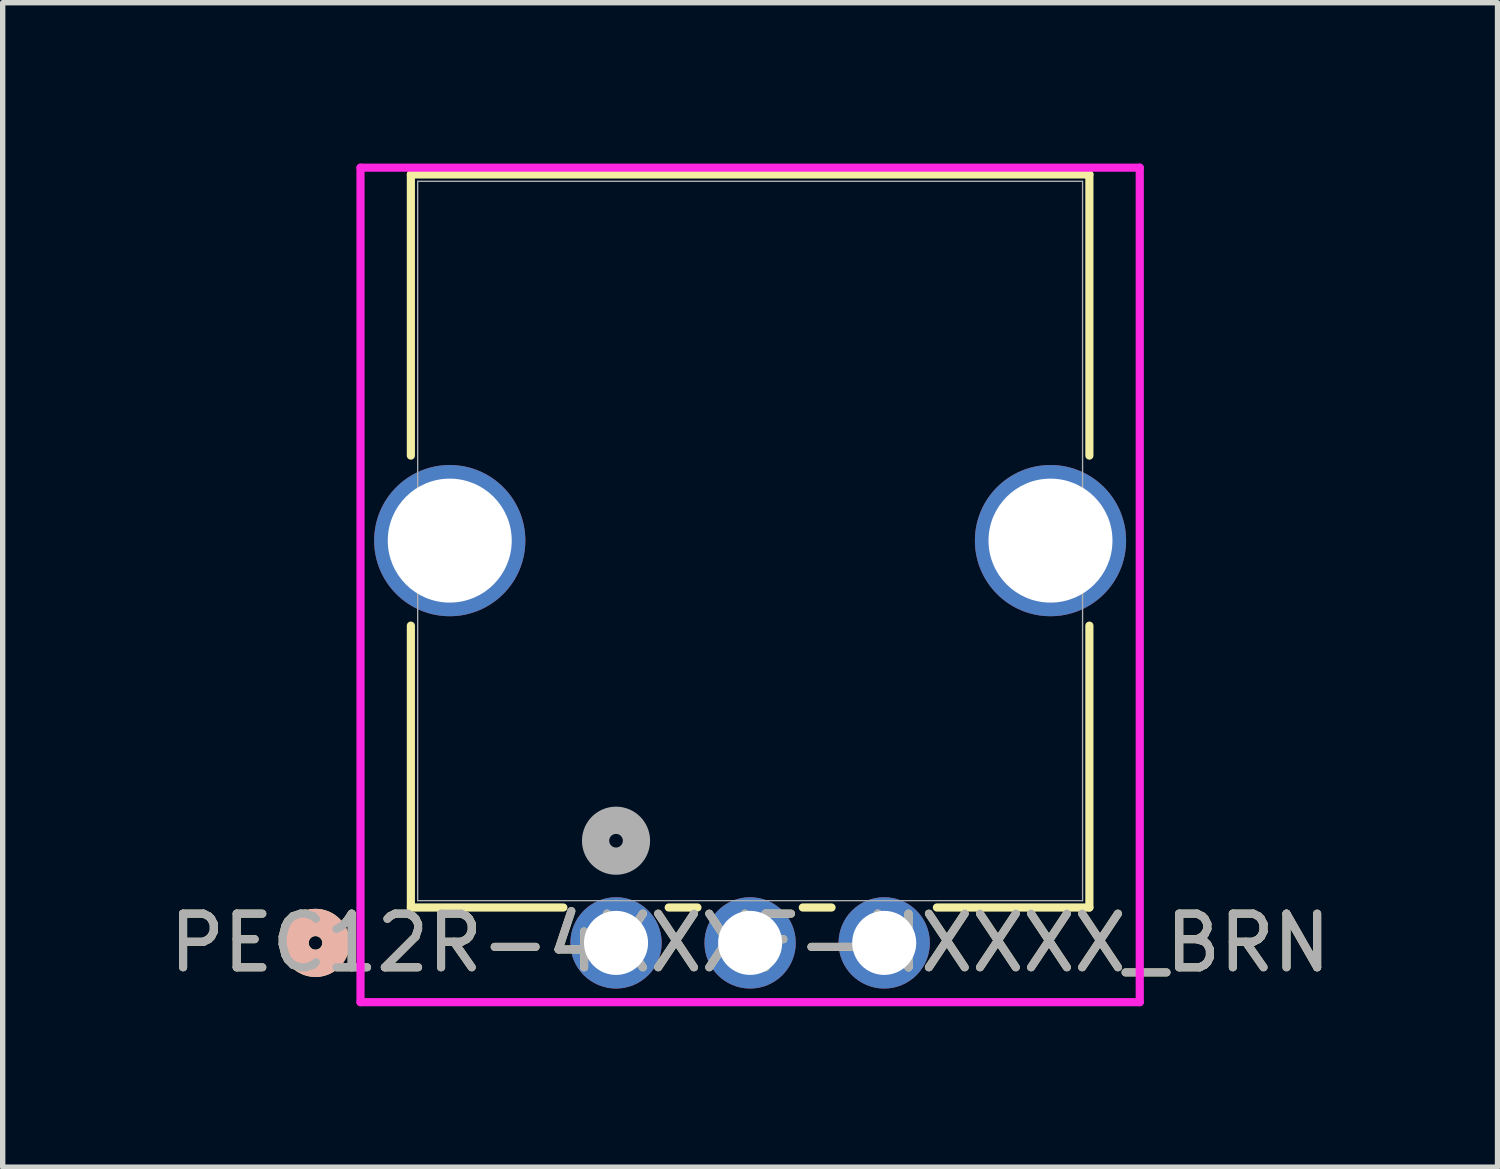
<source format=kicad_pcb>
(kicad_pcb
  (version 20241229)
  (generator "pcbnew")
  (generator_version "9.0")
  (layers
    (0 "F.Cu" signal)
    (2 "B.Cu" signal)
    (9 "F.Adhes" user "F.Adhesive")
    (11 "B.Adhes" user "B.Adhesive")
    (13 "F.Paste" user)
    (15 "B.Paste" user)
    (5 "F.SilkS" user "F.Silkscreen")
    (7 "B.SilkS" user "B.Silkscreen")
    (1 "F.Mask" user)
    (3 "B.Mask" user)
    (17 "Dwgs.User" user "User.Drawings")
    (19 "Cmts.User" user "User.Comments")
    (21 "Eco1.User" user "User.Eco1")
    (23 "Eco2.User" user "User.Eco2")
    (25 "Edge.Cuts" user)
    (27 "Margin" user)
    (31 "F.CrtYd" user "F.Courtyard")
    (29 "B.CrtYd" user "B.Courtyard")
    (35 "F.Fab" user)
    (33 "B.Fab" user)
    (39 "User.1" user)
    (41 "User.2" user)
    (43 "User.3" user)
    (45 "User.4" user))
  (footprint "PEC12R-4XXXF-NXXXX_BRN"
    (layer "F.Cu")
    (at 8.435 14.529)
    (property "Reference" "PEC12R-4XXXF-NXXXX_BRN" (at 2.5 0 0) (unlocked yes) (layer "F.SilkS") (effects (font (size 1 1) (thickness 0.15))))
    (attr through_hole)
    (fp_line (start -3.825 -14.326) (end -3.825 -9.085) (stroke (width 0.152) (type solid)) (layer "F.SilkS"))
    (fp_line (start -3.825 -5.915) (end -3.825 -0.66) (stroke (width 0.152) (type solid)) (layer "F.SilkS"))
    (fp_line (start -3.825 -0.66) (end -0.982 -0.66) (stroke (width 0.152) (type solid)) (layer "F.SilkS"))
    (fp_line (start 0.982 -0.66) (end 1.518 -0.66) (stroke (width 0.152) (type solid)) (layer "F.SilkS"))
    (fp_line (start 3.482 -0.66) (end 4.018 -0.66) (stroke (width 0.152) (type solid)) (layer "F.SilkS"))
    (fp_line (start 5.982 -0.66) (end 8.825 -0.66) (stroke (width 0.152) (type solid)) (layer "F.SilkS"))
    (fp_line (start 8.825 -14.326) (end -3.825 -14.326) (stroke (width 0.152) (type solid)) (layer "F.SilkS"))
    (fp_line (start 8.825 -9.085) (end 8.825 -14.326) (stroke (width 0.152) (type solid)) (layer "F.SilkS"))
    (fp_line (start 8.825 -0.66) (end 8.825 -5.915) (stroke (width 0.152) (type solid)) (layer "F.SilkS"))
    (fp_circle (center -5.603 0) (end -5.222 0) (stroke (width 0.508) (type solid)) (fill no) (layer "F.SilkS"))
    (fp_circle (center -5.603 0) (end -5.222 0) (stroke (width 0.508) (type solid)) (fill no) (layer "B.SilkS"))
    (fp_line (start -4.764 -14.453) (end -4.764 1.105) (stroke (width 0.152) (type solid)) (layer "F.CrtYd"))
    (fp_line (start -4.764 1.105) (end 9.764 1.105) (stroke (width 0.152) (type solid)) (layer "F.CrtYd"))
    (fp_line (start 9.764 -14.453) (end -4.764 -14.453) (stroke (width 0.152) (type solid)) (layer "F.CrtYd"))
    (fp_line (start 9.764 1.105) (end 9.764 -14.453) (stroke (width 0.152) (type solid)) (layer "F.CrtYd"))
    (fp_line (start -3.698 -14.199) (end -3.698 -0.787) (stroke (width 0.025) (type solid)) (layer "F.Fab"))
    (fp_line (start -3.698 -0.787) (end 8.698 -0.787) (stroke (width 0.025) (type solid)) (layer "F.Fab"))
    (fp_line (start 8.698 -14.199) (end -3.698 -14.199) (stroke (width 0.025) (type solid)) (layer "F.Fab"))
    (fp_line (start 8.698 -0.787) (end 8.698 -14.199) (stroke (width 0.025) (type solid)) (layer "F.Fab"))
    (fp_circle (center 0 -1.905) (end 0.381 -1.905) (stroke (width 0.508) (type solid)) (fill no) (layer "F.Fab"))
    (fp_text user "${REFERENCE}" (at 2.5 0 0) (unlocked yes) (layer "F.Fab") (effects (font (size 1 1) (thickness 0.15))))
    (pad "" thru_hole circle (at -3.1 -7.5 90) (size 2.819 2.819) (drill 2.311) (layers "*.Cu" "*.Mask"))
    (pad "" thru_hole circle (at 8.1 -7.5 90) (size 2.819 2.819) (drill 2.311) (layers "*.Cu" "*.Mask"))
    (pad "A" thru_hole circle (at 0 0) (size 1.702 1.702) (drill 1.194) (layers "*.Cu" "*.Mask"))
    (pad "B" thru_hole circle (at 5 0) (size 1.702 1.702) (drill 1.194) (layers "*.Cu" "*.Mask"))
    (pad "C" thru_hole circle (at 2.5 0) (size 1.702 1.702) (drill 1.194) (layers "*.Cu" "*.Mask")))
  (gr_rect
    (start -3 -3)
    (end 24.869 18.71)
    (stroke (width 0.1) (type default))
    (fill no)
    (layer "Edge.Cuts")))
</source>
